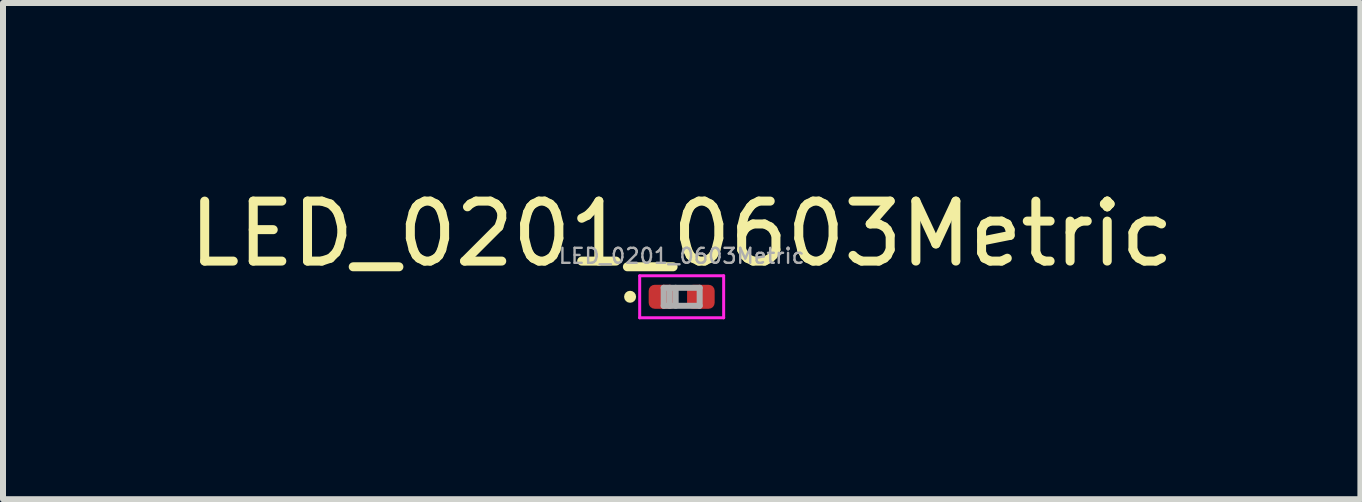
<source format=kicad_pcb>
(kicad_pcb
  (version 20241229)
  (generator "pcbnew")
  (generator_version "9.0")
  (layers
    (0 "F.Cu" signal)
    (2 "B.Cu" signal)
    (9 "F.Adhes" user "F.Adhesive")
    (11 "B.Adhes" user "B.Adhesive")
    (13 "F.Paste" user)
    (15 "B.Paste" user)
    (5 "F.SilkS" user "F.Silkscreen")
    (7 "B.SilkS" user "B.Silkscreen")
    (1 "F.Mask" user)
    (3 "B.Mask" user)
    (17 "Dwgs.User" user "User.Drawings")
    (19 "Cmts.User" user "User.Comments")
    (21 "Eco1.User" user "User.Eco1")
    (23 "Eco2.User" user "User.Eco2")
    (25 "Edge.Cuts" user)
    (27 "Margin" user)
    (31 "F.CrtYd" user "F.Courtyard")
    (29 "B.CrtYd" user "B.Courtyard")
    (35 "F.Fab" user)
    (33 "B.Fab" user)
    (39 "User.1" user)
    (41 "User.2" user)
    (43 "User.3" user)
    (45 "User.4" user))
  (footprint "LED_0201_0603Metric"
    (layer "F.Cu")
    (at 8.315 1.898)
    (property "Reference" "LED_0201_0603Metric" (at 0 -1.05 0) (layer "F.SilkS") (effects (font (size 1 1) (thickness 0.15))))
    (attr smd)
    (fp_circle (center -0.86 0) (end -0.81 0) (stroke (width 0.1) (type solid)) (fill no) (layer "F.SilkS"))
    (fp_line (start -0.7 -0.35) (end 0.7 -0.35) (stroke (width 0.05) (type solid)) (layer "F.CrtYd"))
    (fp_line (start -0.7 0.35) (end -0.7 -0.35) (stroke (width 0.05) (type solid)) (layer "F.CrtYd"))
    (fp_line (start 0.7 -0.35) (end 0.7 0.35) (stroke (width 0.05) (type solid)) (layer "F.CrtYd"))
    (fp_line (start 0.7 0.35) (end -0.7 0.35) (stroke (width 0.05) (type solid)) (layer "F.CrtYd"))
    (fp_line (start -0.3 -0.15) (end 0.3 -0.15) (stroke (width 0.1) (type solid)) (layer "F.Fab"))
    (fp_line (start -0.3 0.15) (end -0.3 -0.15) (stroke (width 0.1) (type solid)) (layer "F.Fab"))
    (fp_line (start -0.2 0.15) (end -0.2 -0.15) (stroke (width 0.1) (type solid)) (layer "F.Fab"))
    (fp_line (start -0.1 0.15) (end -0.1 -0.15) (stroke (width 0.1) (type solid)) (layer "F.Fab"))
    (fp_line (start 0.3 -0.15) (end 0.3 0.15) (stroke (width 0.1) (type solid)) (layer "F.Fab"))
    (fp_line (start 0.3 0.15) (end -0.3 0.15) (stroke (width 0.1) (type solid)) (layer "F.Fab"))
    (fp_text user "${REFERENCE}" (at 0 -0.68 0) (layer "F.Fab") (effects (font (size 0.25 0.25) (thickness 0.04))))
    (pad "" smd roundrect (at -0.345 0) (size 0.318 0.36) (layers "F.Paste") (roundrect_rratio 0.25))
    (pad "" smd roundrect (at 0.345 0) (size 0.318 0.36) (layers "F.Paste") (roundrect_rratio 0.25))
    (pad "1" smd roundrect (at -0.32 0) (size 0.46 0.4) (layers "F.Cu" "F.Mask") (roundrect_rratio 0.25))
    (pad "2" smd roundrect (at 0.32 0) (size 0.46 0.4) (layers "F.Cu" "F.Mask") (roundrect_rratio 0.25)))
  (gr_rect
    (start -3 -3)
    (end 19.631 5.273)
    (stroke (width 0.1) (type default))
    (fill no)
    (layer "Edge.Cuts")))
</source>
